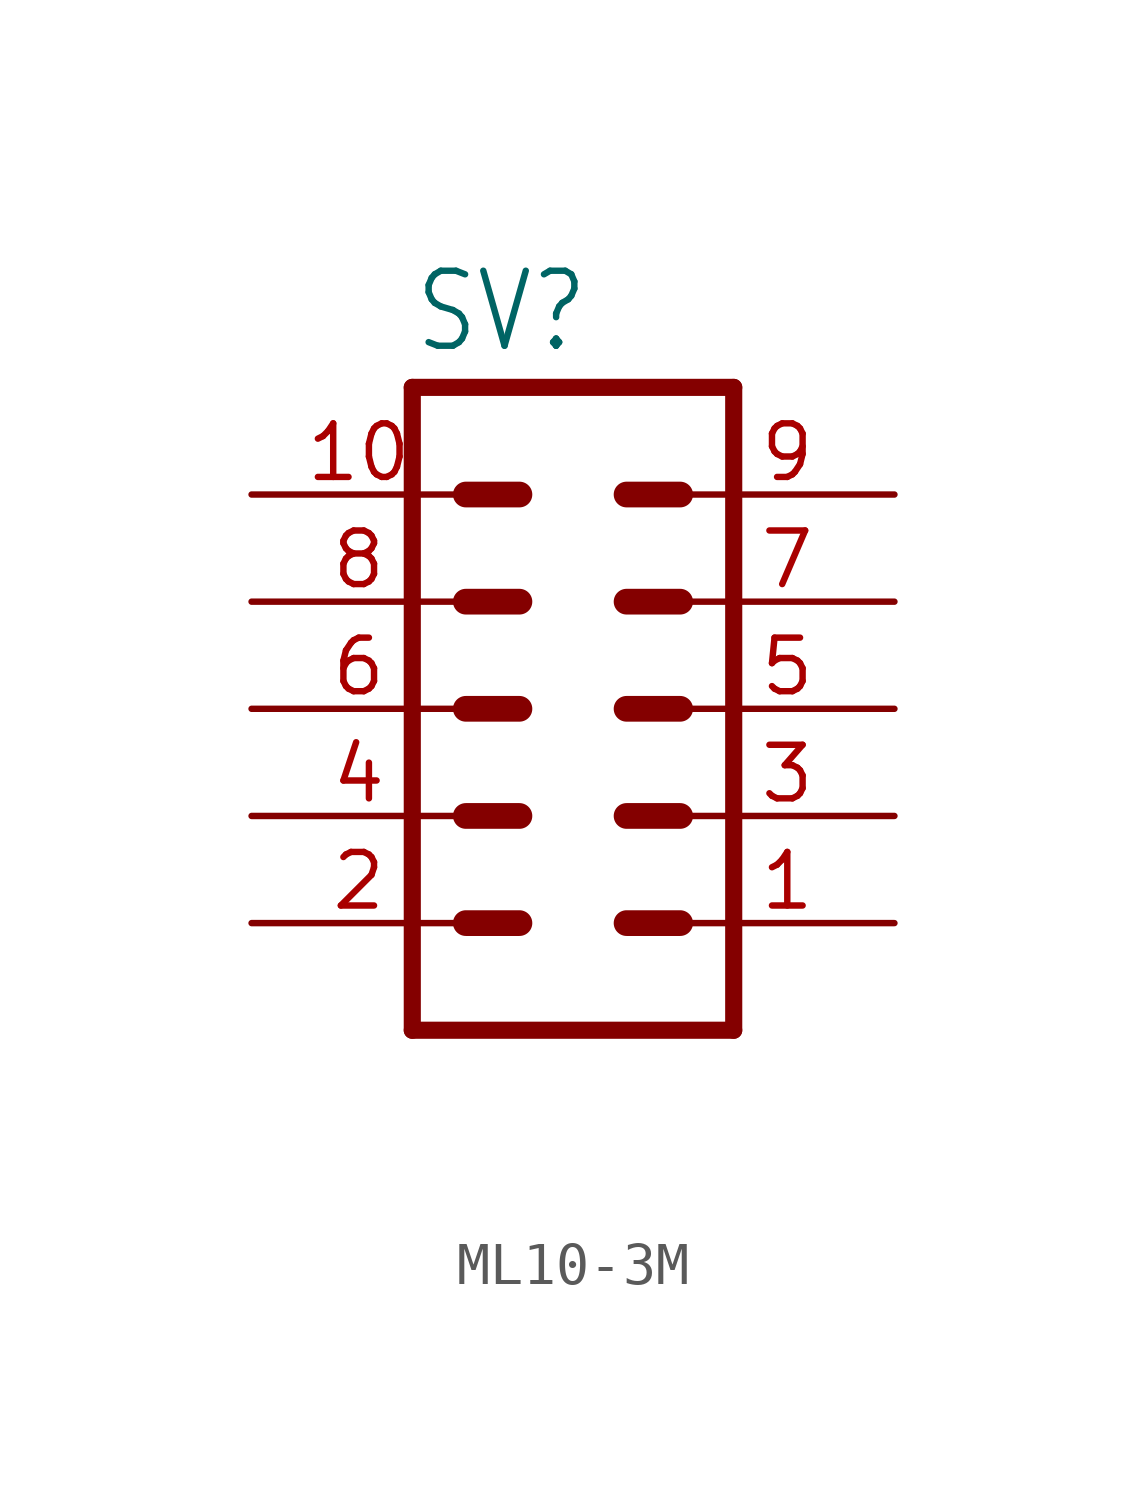
<source format=kicad_sym>
(kicad_symbol_lib
  (version 20231120)
  (generator "kicad_symbol_editor")
  (generator_version "8.0")
  (symbol "ML10-3M"
    (property "Reference" "SV"
      (at -3.81 8.382 0)
      (effects (font (size 1.778 1.511)) (justify left bottom)))
    (property "Value" ""
      (at -3.81 -10.16 0)
      (effects (font (size 1.778 1.511)) (justify left bottom)))
    (property "ki_locked" ""
      (at 0 0 0)
      (effects (font (size 1.27 1.27))))
    (symbol "ML10-3M_1_0"
      (polyline (pts (xy -3.81 7.62) (xy -3.81 -7.62)) (stroke (width 0.406) (type solid)) (fill (type none)))
      (polyline (pts (xy -3.81 7.62) (xy 3.81 7.62)) (stroke (width 0.406) (type solid)) (fill (type none)))
      (polyline (pts (xy -2.54 -5.08) (xy -1.27 -5.08)) (stroke (width 0.61) (type solid)) (fill (type none)))
      (polyline (pts (xy -2.54 -2.54) (xy -1.27 -2.54)) (stroke (width 0.61) (type solid)) (fill (type none)))
      (polyline (pts (xy -2.54 0) (xy -1.27 0)) (stroke (width 0.61) (type solid)) (fill (type none)))
      (polyline (pts (xy -2.54 2.54) (xy -1.27 2.54)) (stroke (width 0.61) (type solid)) (fill (type none)))
      (polyline (pts (xy -2.54 5.08) (xy -1.27 5.08)) (stroke (width 0.61) (type solid)) (fill (type none)))
      (polyline (pts (xy 1.27 -5.08) (xy 2.54 -5.08)) (stroke (width 0.61) (type solid)) (fill (type none)))
      (polyline (pts (xy 1.27 -2.54) (xy 2.54 -2.54)) (stroke (width 0.61) (type solid)) (fill (type none)))
      (polyline (pts (xy 1.27 0) (xy 2.54 0)) (stroke (width 0.61) (type solid)) (fill (type none)))
      (polyline (pts (xy 1.27 2.54) (xy 2.54 2.54)) (stroke (width 0.61) (type solid)) (fill (type none)))
      (polyline (pts (xy 1.27 5.08) (xy 2.54 5.08)) (stroke (width 0.61) (type solid)) (fill (type none)))
      (polyline (pts (xy 3.81 -7.62) (xy -3.81 -7.62)) (stroke (width 0.406) (type solid)) (fill (type none)))
      (polyline (pts (xy 3.81 -7.62) (xy 3.81 7.62)) (stroke (width 0.406) (type solid)) (fill (type none)))
      (pin passive line (at 7.62 -5.08 180) (length 5.08) (name "1" (effects (font (size 0 0)))) (number "1" (effects (font (size 1.27 1.27)))))
      (pin passive line (at -7.62 5.08 0) (length 5.08) (name "10" (effects (font (size 0 0)))) (number "10" (effects (font (size 1.27 1.27)))))
      (pin passive line (at -7.62 -5.08 0) (length 5.08) (name "2" (effects (font (size 0 0)))) (number "2" (effects (font (size 1.27 1.27)))))
      (pin passive line (at 7.62 -2.54 180) (length 5.08) (name "3" (effects (font (size 0 0)))) (number "3" (effects (font (size 1.27 1.27)))))
      (pin passive line (at -7.62 -2.54 0) (length 5.08) (name "4" (effects (font (size 0 0)))) (number "4" (effects (font (size 1.27 1.27)))))
      (pin passive line (at 7.62 0 180) (length 5.08) (name "5" (effects (font (size 0 0)))) (number "5" (effects (font (size 1.27 1.27)))))
      (pin passive line (at -7.62 0 0) (length 5.08) (name "6" (effects (font (size 0 0)))) (number "6" (effects (font (size 1.27 1.27)))))
      (pin passive line (at 7.62 2.54 180) (length 5.08) (name "7" (effects (font (size 0 0)))) (number "7" (effects (font (size 1.27 1.27)))))
      (pin passive line (at -7.62 2.54 0) (length 5.08) (name "8" (effects (font (size 0 0)))) (number "8" (effects (font (size 1.27 1.27)))))
      (pin passive line (at 7.62 5.08 180) (length 5.08) (name "9" (effects (font (size 0 0)))) (number "9" (effects (font (size 1.27 1.27))))))))
</source>
